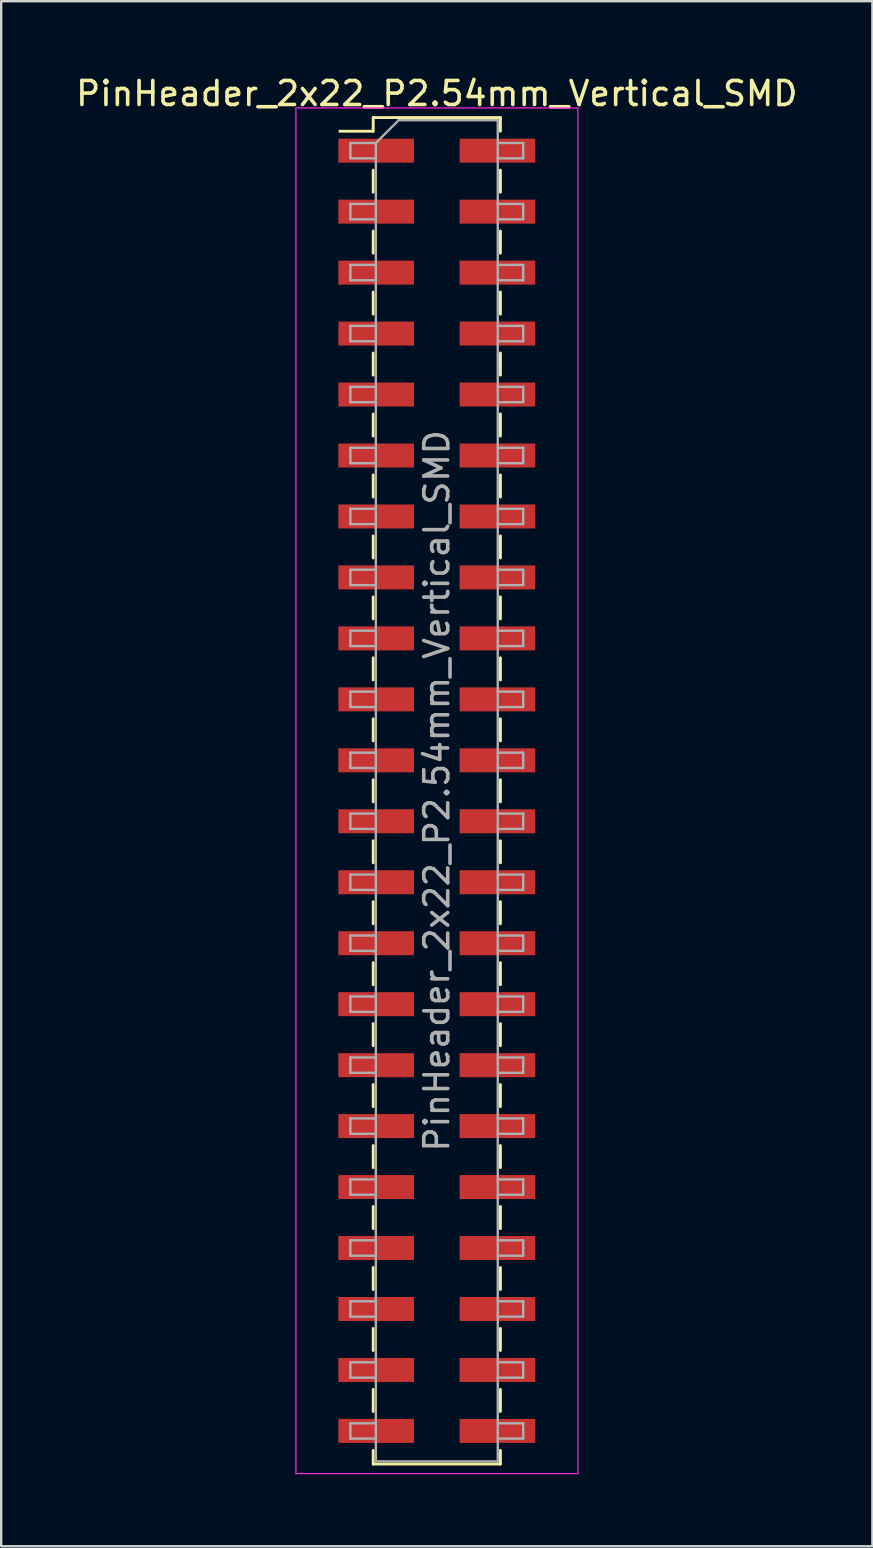
<source format=kicad_pcb>
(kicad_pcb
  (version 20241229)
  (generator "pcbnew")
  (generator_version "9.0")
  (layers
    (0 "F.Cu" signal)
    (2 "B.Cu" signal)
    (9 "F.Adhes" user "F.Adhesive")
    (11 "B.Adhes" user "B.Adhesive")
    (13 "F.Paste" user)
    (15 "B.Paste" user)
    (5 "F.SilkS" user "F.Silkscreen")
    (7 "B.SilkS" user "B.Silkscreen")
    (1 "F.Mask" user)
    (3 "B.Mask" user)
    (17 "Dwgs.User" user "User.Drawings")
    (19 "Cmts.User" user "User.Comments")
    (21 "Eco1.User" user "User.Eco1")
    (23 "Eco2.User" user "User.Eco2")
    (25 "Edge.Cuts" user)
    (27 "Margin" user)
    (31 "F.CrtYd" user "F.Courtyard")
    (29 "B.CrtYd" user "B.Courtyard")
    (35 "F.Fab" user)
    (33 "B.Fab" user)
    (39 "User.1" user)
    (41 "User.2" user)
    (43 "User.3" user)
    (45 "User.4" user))
  (footprint "PinHeader_2x22_P2.54mm_Vertical_SMD"
    (layer "F.Cu")
    (at 15.149 29.898)
    (property "Reference" "PinHeader_2x22_P2.54mm_Vertical_SMD" (at 0 -29.05 0) (layer "F.SilkS") (effects (font (size 1 1) (thickness 0.15))))
    (attr smd)
    (fp_line (start -4.04 -27.48) (end -2.65 -27.48) (stroke (width 0.12) (type solid)) (layer "F.SilkS"))
    (fp_line (start -2.65 -28.05) (end -2.65 -27.48) (stroke (width 0.12) (type solid)) (layer "F.SilkS"))
    (fp_line (start -2.65 -28.05) (end 2.65 -28.05) (stroke (width 0.12) (type solid)) (layer "F.SilkS"))
    (fp_line (start -2.65 -25.86) (end -2.65 -24.94) (stroke (width 0.12) (type solid)) (layer "F.SilkS"))
    (fp_line (start -2.65 -23.32) (end -2.65 -22.4) (stroke (width 0.12) (type solid)) (layer "F.SilkS"))
    (fp_line (start -2.65 -20.78) (end -2.65 -19.86) (stroke (width 0.12) (type solid)) (layer "F.SilkS"))
    (fp_line (start -2.65 -18.24) (end -2.65 -17.32) (stroke (width 0.12) (type solid)) (layer "F.SilkS"))
    (fp_line (start -2.65 -15.7) (end -2.65 -14.78) (stroke (width 0.12) (type solid)) (layer "F.SilkS"))
    (fp_line (start -2.65 -13.16) (end -2.65 -12.24) (stroke (width 0.12) (type solid)) (layer "F.SilkS"))
    (fp_line (start -2.65 -10.62) (end -2.65 -9.7) (stroke (width 0.12) (type solid)) (layer "F.SilkS"))
    (fp_line (start -2.65 -8.08) (end -2.65 -7.16) (stroke (width 0.12) (type solid)) (layer "F.SilkS"))
    (fp_line (start -2.65 -5.54) (end -2.65 -4.62) (stroke (width 0.12) (type solid)) (layer "F.SilkS"))
    (fp_line (start -2.65 -3) (end -2.65 -2.08) (stroke (width 0.12) (type solid)) (layer "F.SilkS"))
    (fp_line (start -2.65 -0.46) (end -2.65 0.46) (stroke (width 0.12) (type solid)) (layer "F.SilkS"))
    (fp_line (start -2.65 2.08) (end -2.65 3) (stroke (width 0.12) (type solid)) (layer "F.SilkS"))
    (fp_line (start -2.65 4.62) (end -2.65 5.54) (stroke (width 0.12) (type solid)) (layer "F.SilkS"))
    (fp_line (start -2.65 7.16) (end -2.65 8.08) (stroke (width 0.12) (type solid)) (layer "F.SilkS"))
    (fp_line (start -2.65 9.7) (end -2.65 10.62) (stroke (width 0.12) (type solid)) (layer "F.SilkS"))
    (fp_line (start -2.65 12.24) (end -2.65 13.16) (stroke (width 0.12) (type solid)) (layer "F.SilkS"))
    (fp_line (start -2.65 14.78) (end -2.65 15.7) (stroke (width 0.12) (type solid)) (layer "F.SilkS"))
    (fp_line (start -2.65 17.32) (end -2.65 18.24) (stroke (width 0.12) (type solid)) (layer "F.SilkS"))
    (fp_line (start -2.65 19.86) (end -2.65 20.78) (stroke (width 0.12) (type solid)) (layer "F.SilkS"))
    (fp_line (start -2.65 22.4) (end -2.65 23.32) (stroke (width 0.12) (type solid)) (layer "F.SilkS"))
    (fp_line (start -2.65 24.94) (end -2.65 25.86) (stroke (width 0.12) (type solid)) (layer "F.SilkS"))
    (fp_line (start -2.65 27.48) (end -2.65 28.05) (stroke (width 0.12) (type solid)) (layer "F.SilkS"))
    (fp_line (start -2.65 28.05) (end 2.65 28.05) (stroke (width 0.12) (type solid)) (layer "F.SilkS"))
    (fp_line (start 2.65 -28.05) (end 2.65 -27.48) (stroke (width 0.12) (type solid)) (layer "F.SilkS"))
    (fp_line (start 2.65 -25.86) (end 2.65 -24.94) (stroke (width 0.12) (type solid)) (layer "F.SilkS"))
    (fp_line (start 2.65 -23.32) (end 2.65 -22.4) (stroke (width 0.12) (type solid)) (layer "F.SilkS"))
    (fp_line (start 2.65 -20.78) (end 2.65 -19.86) (stroke (width 0.12) (type solid)) (layer "F.SilkS"))
    (fp_line (start 2.65 -18.24) (end 2.65 -17.32) (stroke (width 0.12) (type solid)) (layer "F.SilkS"))
    (fp_line (start 2.65 -15.7) (end 2.65 -14.78) (stroke (width 0.12) (type solid)) (layer "F.SilkS"))
    (fp_line (start 2.65 -13.16) (end 2.65 -12.24) (stroke (width 0.12) (type solid)) (layer "F.SilkS"))
    (fp_line (start 2.65 -10.62) (end 2.65 -9.7) (stroke (width 0.12) (type solid)) (layer "F.SilkS"))
    (fp_line (start 2.65 -8.08) (end 2.65 -7.16) (stroke (width 0.12) (type solid)) (layer "F.SilkS"))
    (fp_line (start 2.65 -5.54) (end 2.65 -4.62) (stroke (width 0.12) (type solid)) (layer "F.SilkS"))
    (fp_line (start 2.65 -3) (end 2.65 -2.08) (stroke (width 0.12) (type solid)) (layer "F.SilkS"))
    (fp_line (start 2.65 -0.46) (end 2.65 0.46) (stroke (width 0.12) (type solid)) (layer "F.SilkS"))
    (fp_line (start 2.65 2.08) (end 2.65 3) (stroke (width 0.12) (type solid)) (layer "F.SilkS"))
    (fp_line (start 2.65 4.62) (end 2.65 5.54) (stroke (width 0.12) (type solid)) (layer "F.SilkS"))
    (fp_line (start 2.65 7.16) (end 2.65 8.08) (stroke (width 0.12) (type solid)) (layer "F.SilkS"))
    (fp_line (start 2.65 9.7) (end 2.65 10.62) (stroke (width 0.12) (type solid)) (layer "F.SilkS"))
    (fp_line (start 2.65 12.24) (end 2.65 13.16) (stroke (width 0.12) (type solid)) (layer "F.SilkS"))
    (fp_line (start 2.65 14.78) (end 2.65 15.7) (stroke (width 0.12) (type solid)) (layer "F.SilkS"))
    (fp_line (start 2.65 17.32) (end 2.65 18.24) (stroke (width 0.12) (type solid)) (layer "F.SilkS"))
    (fp_line (start 2.65 19.86) (end 2.65 20.78) (stroke (width 0.12) (type solid)) (layer "F.SilkS"))
    (fp_line (start 2.65 22.4) (end 2.65 23.32) (stroke (width 0.12) (type solid)) (layer "F.SilkS"))
    (fp_line (start 2.65 24.94) (end 2.65 25.86) (stroke (width 0.12) (type solid)) (layer "F.SilkS"))
    (fp_line (start 2.65 27.48) (end 2.65 28.05) (stroke (width 0.12) (type solid)) (layer "F.SilkS"))
    (fp_line (start -5.87 -28.45) (end -5.87 28.45) (stroke (width 0.05) (type solid)) (layer "F.CrtYd"))
    (fp_line (start -5.87 28.45) (end 5.88 28.45) (stroke (width 0.05) (type solid)) (layer "F.CrtYd"))
    (fp_line (start 5.88 -28.45) (end -5.87 -28.45) (stroke (width 0.05) (type solid)) (layer "F.CrtYd"))
    (fp_line (start 5.88 28.45) (end 5.88 -28.45) (stroke (width 0.05) (type solid)) (layer "F.CrtYd"))
    (fp_line (start -3.6 -26.99) (end -3.6 -26.35) (stroke (width 0.1) (type solid)) (layer "F.Fab"))
    (fp_line (start -3.6 -26.35) (end -2.54 -26.35) (stroke (width 0.1) (type solid)) (layer "F.Fab"))
    (fp_line (start -3.6 -24.45) (end -3.6 -23.81) (stroke (width 0.1) (type solid)) (layer "F.Fab"))
    (fp_line (start -3.6 -23.81) (end -2.54 -23.81) (stroke (width 0.1) (type solid)) (layer "F.Fab"))
    (fp_line (start -3.6 -21.91) (end -3.6 -21.27) (stroke (width 0.1) (type solid)) (layer "F.Fab"))
    (fp_line (start -3.6 -21.27) (end -2.54 -21.27) (stroke (width 0.1) (type solid)) (layer "F.Fab"))
    (fp_line (start -3.6 -19.37) (end -3.6 -18.73) (stroke (width 0.1) (type solid)) (layer "F.Fab"))
    (fp_line (start -3.6 -18.73) (end -2.54 -18.73) (stroke (width 0.1) (type solid)) (layer "F.Fab"))
    (fp_line (start -3.6 -16.83) (end -3.6 -16.19) (stroke (width 0.1) (type solid)) (layer "F.Fab"))
    (fp_line (start -3.6 -16.19) (end -2.54 -16.19) (stroke (width 0.1) (type solid)) (layer "F.Fab"))
    (fp_line (start -3.6 -14.29) (end -3.6 -13.65) (stroke (width 0.1) (type solid)) (layer "F.Fab"))
    (fp_line (start -3.6 -13.65) (end -2.54 -13.65) (stroke (width 0.1) (type solid)) (layer "F.Fab"))
    (fp_line (start -3.6 -11.75) (end -3.6 -11.11) (stroke (width 0.1) (type solid)) (layer "F.Fab"))
    (fp_line (start -3.6 -11.11) (end -2.54 -11.11) (stroke (width 0.1) (type solid)) (layer "F.Fab"))
    (fp_line (start -3.6 -9.21) (end -3.6 -8.57) (stroke (width 0.1) (type solid)) (layer "F.Fab"))
    (fp_line (start -3.6 -8.57) (end -2.54 -8.57) (stroke (width 0.1) (type solid)) (layer "F.Fab"))
    (fp_line (start -3.6 -6.67) (end -3.6 -6.03) (stroke (width 0.1) (type solid)) (layer "F.Fab"))
    (fp_line (start -3.6 -6.03) (end -2.54 -6.03) (stroke (width 0.1) (type solid)) (layer "F.Fab"))
    (fp_line (start -3.6 -4.13) (end -3.6 -3.49) (stroke (width 0.1) (type solid)) (layer "F.Fab"))
    (fp_line (start -3.6 -3.49) (end -2.54 -3.49) (stroke (width 0.1) (type solid)) (layer "F.Fab"))
    (fp_line (start -3.6 -1.59) (end -3.6 -0.95) (stroke (width 0.1) (type solid)) (layer "F.Fab"))
    (fp_line (start -3.6 -0.95) (end -2.54 -0.95) (stroke (width 0.1) (type solid)) (layer "F.Fab"))
    (fp_line (start -3.6 0.95) (end -3.6 1.59) (stroke (width 0.1) (type solid)) (layer "F.Fab"))
    (fp_line (start -3.6 1.59) (end -2.54 1.59) (stroke (width 0.1) (type solid)) (layer "F.Fab"))
    (fp_line (start -3.6 3.49) (end -3.6 4.13) (stroke (width 0.1) (type solid)) (layer "F.Fab"))
    (fp_line (start -3.6 4.13) (end -2.54 4.13) (stroke (width 0.1) (type solid)) (layer "F.Fab"))
    (fp_line (start -3.6 6.03) (end -3.6 6.67) (stroke (width 0.1) (type solid)) (layer "F.Fab"))
    (fp_line (start -3.6 6.67) (end -2.54 6.67) (stroke (width 0.1) (type solid)) (layer "F.Fab"))
    (fp_line (start -3.6 8.57) (end -3.6 9.21) (stroke (width 0.1) (type solid)) (layer "F.Fab"))
    (fp_line (start -3.6 9.21) (end -2.54 9.21) (stroke (width 0.1) (type solid)) (layer "F.Fab"))
    (fp_line (start -3.6 11.11) (end -3.6 11.75) (stroke (width 0.1) (type solid)) (layer "F.Fab"))
    (fp_line (start -3.6 11.75) (end -2.54 11.75) (stroke (width 0.1) (type solid)) (layer "F.Fab"))
    (fp_line (start -3.6 13.65) (end -3.6 14.29) (stroke (width 0.1) (type solid)) (layer "F.Fab"))
    (fp_line (start -3.6 14.29) (end -2.54 14.29) (stroke (width 0.1) (type solid)) (layer "F.Fab"))
    (fp_line (start -3.6 16.19) (end -3.6 16.83) (stroke (width 0.1) (type solid)) (layer "F.Fab"))
    (fp_line (start -3.6 16.83) (end -2.54 16.83) (stroke (width 0.1) (type solid)) (layer "F.Fab"))
    (fp_line (start -3.6 18.73) (end -3.6 19.37) (stroke (width 0.1) (type solid)) (layer "F.Fab"))
    (fp_line (start -3.6 19.37) (end -2.54 19.37) (stroke (width 0.1) (type solid)) (layer "F.Fab"))
    (fp_line (start -3.6 21.27) (end -3.6 21.91) (stroke (width 0.1) (type solid)) (layer "F.Fab"))
    (fp_line (start -3.6 21.91) (end -2.54 21.91) (stroke (width 0.1) (type solid)) (layer "F.Fab"))
    (fp_line (start -3.6 23.81) (end -3.6 24.45) (stroke (width 0.1) (type solid)) (layer "F.Fab"))
    (fp_line (start -3.6 24.45) (end -2.54 24.45) (stroke (width 0.1) (type solid)) (layer "F.Fab"))
    (fp_line (start -3.6 26.35) (end -3.6 26.99) (stroke (width 0.1) (type solid)) (layer "F.Fab"))
    (fp_line (start -3.6 26.99) (end -2.54 26.99) (stroke (width 0.1) (type solid)) (layer "F.Fab"))
    (fp_line (start -2.54 -26.99) (end -3.6 -26.99) (stroke (width 0.1) (type solid)) (layer "F.Fab"))
    (fp_line (start -2.54 -26.99) (end -1.59 -27.94) (stroke (width 0.1) (type solid)) (layer "F.Fab"))
    (fp_line (start -2.54 -24.45) (end -3.6 -24.45) (stroke (width 0.1) (type solid)) (layer "F.Fab"))
    (fp_line (start -2.54 -21.91) (end -3.6 -21.91) (stroke (width 0.1) (type solid)) (layer "F.Fab"))
    (fp_line (start -2.54 -19.37) (end -3.6 -19.37) (stroke (width 0.1) (type solid)) (layer "F.Fab"))
    (fp_line (start -2.54 -16.83) (end -3.6 -16.83) (stroke (width 0.1) (type solid)) (layer "F.Fab"))
    (fp_line (start -2.54 -14.29) (end -3.6 -14.29) (stroke (width 0.1) (type solid)) (layer "F.Fab"))
    (fp_line (start -2.54 -11.75) (end -3.6 -11.75) (stroke (width 0.1) (type solid)) (layer "F.Fab"))
    (fp_line (start -2.54 -9.21) (end -3.6 -9.21) (stroke (width 0.1) (type solid)) (layer "F.Fab"))
    (fp_line (start -2.54 -6.67) (end -3.6 -6.67) (stroke (width 0.1) (type solid)) (layer "F.Fab"))
    (fp_line (start -2.54 -4.13) (end -3.6 -4.13) (stroke (width 0.1) (type solid)) (layer "F.Fab"))
    (fp_line (start -2.54 -1.59) (end -3.6 -1.59) (stroke (width 0.1) (type solid)) (layer "F.Fab"))
    (fp_line (start -2.54 0.95) (end -3.6 0.95) (stroke (width 0.1) (type solid)) (layer "F.Fab"))
    (fp_line (start -2.54 3.49) (end -3.6 3.49) (stroke (width 0.1) (type solid)) (layer "F.Fab"))
    (fp_line (start -2.54 6.03) (end -3.6 6.03) (stroke (width 0.1) (type solid)) (layer "F.Fab"))
    (fp_line (start -2.54 8.57) (end -3.6 8.57) (stroke (width 0.1) (type solid)) (layer "F.Fab"))
    (fp_line (start -2.54 11.11) (end -3.6 11.11) (stroke (width 0.1) (type solid)) (layer "F.Fab"))
    (fp_line (start -2.54 13.65) (end -3.6 13.65) (stroke (width 0.1) (type solid)) (layer "F.Fab"))
    (fp_line (start -2.54 16.19) (end -3.6 16.19) (stroke (width 0.1) (type solid)) (layer "F.Fab"))
    (fp_line (start -2.54 18.73) (end -3.6 18.73) (stroke (width 0.1) (type solid)) (layer "F.Fab"))
    (fp_line (start -2.54 21.27) (end -3.6 21.27) (stroke (width 0.1) (type solid)) (layer "F.Fab"))
    (fp_line (start -2.54 23.81) (end -3.6 23.81) (stroke (width 0.1) (type solid)) (layer "F.Fab"))
    (fp_line (start -2.54 26.35) (end -3.6 26.35) (stroke (width 0.1) (type solid)) (layer "F.Fab"))
    (fp_line (start -2.54 27.94) (end -2.54 -26.99) (stroke (width 0.1) (type solid)) (layer "F.Fab"))
    (fp_line (start -1.59 -27.94) (end 2.54 -27.94) (stroke (width 0.1) (type solid)) (layer "F.Fab"))
    (fp_line (start 2.54 -27.94) (end 2.54 27.94) (stroke (width 0.1) (type solid)) (layer "F.Fab"))
    (fp_line (start 2.54 -26.99) (end 3.6 -26.99) (stroke (width 0.1) (type solid)) (layer "F.Fab"))
    (fp_line (start 2.54 -24.45) (end 3.6 -24.45) (stroke (width 0.1) (type solid)) (layer "F.Fab"))
    (fp_line (start 2.54 -21.91) (end 3.6 -21.91) (stroke (width 0.1) (type solid)) (layer "F.Fab"))
    (fp_line (start 2.54 -19.37) (end 3.6 -19.37) (stroke (width 0.1) (type solid)) (layer "F.Fab"))
    (fp_line (start 2.54 -16.83) (end 3.6 -16.83) (stroke (width 0.1) (type solid)) (layer "F.Fab"))
    (fp_line (start 2.54 -14.29) (end 3.6 -14.29) (stroke (width 0.1) (type solid)) (layer "F.Fab"))
    (fp_line (start 2.54 -11.75) (end 3.6 -11.75) (stroke (width 0.1) (type solid)) (layer "F.Fab"))
    (fp_line (start 2.54 -9.21) (end 3.6 -9.21) (stroke (width 0.1) (type solid)) (layer "F.Fab"))
    (fp_line (start 2.54 -6.67) (end 3.6 -6.67) (stroke (width 0.1) (type solid)) (layer "F.Fab"))
    (fp_line (start 2.54 -4.13) (end 3.6 -4.13) (stroke (width 0.1) (type solid)) (layer "F.Fab"))
    (fp_line (start 2.54 -1.59) (end 3.6 -1.59) (stroke (width 0.1) (type solid)) (layer "F.Fab"))
    (fp_line (start 2.54 0.95) (end 3.6 0.95) (stroke (width 0.1) (type solid)) (layer "F.Fab"))
    (fp_line (start 2.54 3.49) (end 3.6 3.49) (stroke (width 0.1) (type solid)) (layer "F.Fab"))
    (fp_line (start 2.54 6.03) (end 3.6 6.03) (stroke (width 0.1) (type solid)) (layer "F.Fab"))
    (fp_line (start 2.54 8.57) (end 3.6 8.57) (stroke (width 0.1) (type solid)) (layer "F.Fab"))
    (fp_line (start 2.54 11.11) (end 3.6 11.11) (stroke (width 0.1) (type solid)) (layer "F.Fab"))
    (fp_line (start 2.54 13.65) (end 3.6 13.65) (stroke (width 0.1) (type solid)) (layer "F.Fab"))
    (fp_line (start 2.54 16.19) (end 3.6 16.19) (stroke (width 0.1) (type solid)) (layer "F.Fab"))
    (fp_line (start 2.54 18.73) (end 3.6 18.73) (stroke (width 0.1) (type solid)) (layer "F.Fab"))
    (fp_line (start 2.54 21.27) (end 3.6 21.27) (stroke (width 0.1) (type solid)) (layer "F.Fab"))
    (fp_line (start 2.54 23.81) (end 3.6 23.81) (stroke (width 0.1) (type solid)) (layer "F.Fab"))
    (fp_line (start 2.54 26.35) (end 3.6 26.35) (stroke (width 0.1) (type solid)) (layer "F.Fab"))
    (fp_line (start 2.54 27.94) (end -2.54 27.94) (stroke (width 0.1) (type solid)) (layer "F.Fab"))
    (fp_line (start 3.6 -26.99) (end 3.6 -26.35) (stroke (width 0.1) (type solid)) (layer "F.Fab"))
    (fp_line (start 3.6 -26.35) (end 2.54 -26.35) (stroke (width 0.1) (type solid)) (layer "F.Fab"))
    (fp_line (start 3.6 -24.45) (end 3.6 -23.81) (stroke (width 0.1) (type solid)) (layer "F.Fab"))
    (fp_line (start 3.6 -23.81) (end 2.54 -23.81) (stroke (width 0.1) (type solid)) (layer "F.Fab"))
    (fp_line (start 3.6 -21.91) (end 3.6 -21.27) (stroke (width 0.1) (type solid)) (layer "F.Fab"))
    (fp_line (start 3.6 -21.27) (end 2.54 -21.27) (stroke (width 0.1) (type solid)) (layer "F.Fab"))
    (fp_line (start 3.6 -19.37) (end 3.6 -18.73) (stroke (width 0.1) (type solid)) (layer "F.Fab"))
    (fp_line (start 3.6 -18.73) (end 2.54 -18.73) (stroke (width 0.1) (type solid)) (layer "F.Fab"))
    (fp_line (start 3.6 -16.83) (end 3.6 -16.19) (stroke (width 0.1) (type solid)) (layer "F.Fab"))
    (fp_line (start 3.6 -16.19) (end 2.54 -16.19) (stroke (width 0.1) (type solid)) (layer "F.Fab"))
    (fp_line (start 3.6 -14.29) (end 3.6 -13.65) (stroke (width 0.1) (type solid)) (layer "F.Fab"))
    (fp_line (start 3.6 -13.65) (end 2.54 -13.65) (stroke (width 0.1) (type solid)) (layer "F.Fab"))
    (fp_line (start 3.6 -11.75) (end 3.6 -11.11) (stroke (width 0.1) (type solid)) (layer "F.Fab"))
    (fp_line (start 3.6 -11.11) (end 2.54 -11.11) (stroke (width 0.1) (type solid)) (layer "F.Fab"))
    (fp_line (start 3.6 -9.21) (end 3.6 -8.57) (stroke (width 0.1) (type solid)) (layer "F.Fab"))
    (fp_line (start 3.6 -8.57) (end 2.54 -8.57) (stroke (width 0.1) (type solid)) (layer "F.Fab"))
    (fp_line (start 3.6 -6.67) (end 3.6 -6.03) (stroke (width 0.1) (type solid)) (layer "F.Fab"))
    (fp_line (start 3.6 -6.03) (end 2.54 -6.03) (stroke (width 0.1) (type solid)) (layer "F.Fab"))
    (fp_line (start 3.6 -4.13) (end 3.6 -3.49) (stroke (width 0.1) (type solid)) (layer "F.Fab"))
    (fp_line (start 3.6 -3.49) (end 2.54 -3.49) (stroke (width 0.1) (type solid)) (layer "F.Fab"))
    (fp_line (start 3.6 -1.59) (end 3.6 -0.95) (stroke (width 0.1) (type solid)) (layer "F.Fab"))
    (fp_line (start 3.6 -0.95) (end 2.54 -0.95) (stroke (width 0.1) (type solid)) (layer "F.Fab"))
    (fp_line (start 3.6 0.95) (end 3.6 1.59) (stroke (width 0.1) (type solid)) (layer "F.Fab"))
    (fp_line (start 3.6 1.59) (end 2.54 1.59) (stroke (width 0.1) (type solid)) (layer "F.Fab"))
    (fp_line (start 3.6 3.49) (end 3.6 4.13) (stroke (width 0.1) (type solid)) (layer "F.Fab"))
    (fp_line (start 3.6 4.13) (end 2.54 4.13) (stroke (width 0.1) (type solid)) (layer "F.Fab"))
    (fp_line (start 3.6 6.03) (end 3.6 6.67) (stroke (width 0.1) (type solid)) (layer "F.Fab"))
    (fp_line (start 3.6 6.67) (end 2.54 6.67) (stroke (width 0.1) (type solid)) (layer "F.Fab"))
    (fp_line (start 3.6 8.57) (end 3.6 9.21) (stroke (width 0.1) (type solid)) (layer "F.Fab"))
    (fp_line (start 3.6 9.21) (end 2.54 9.21) (stroke (width 0.1) (type solid)) (layer "F.Fab"))
    (fp_line (start 3.6 11.11) (end 3.6 11.75) (stroke (width 0.1) (type solid)) (layer "F.Fab"))
    (fp_line (start 3.6 11.75) (end 2.54 11.75) (stroke (width 0.1) (type solid)) (layer "F.Fab"))
    (fp_line (start 3.6 13.65) (end 3.6 14.29) (stroke (width 0.1) (type solid)) (layer "F.Fab"))
    (fp_line (start 3.6 14.29) (end 2.54 14.29) (stroke (width 0.1) (type solid)) (layer "F.Fab"))
    (fp_line (start 3.6 16.19) (end 3.6 16.83) (stroke (width 0.1) (type solid)) (layer "F.Fab"))
    (fp_line (start 3.6 16.83) (end 2.54 16.83) (stroke (width 0.1) (type solid)) (layer "F.Fab"))
    (fp_line (start 3.6 18.73) (end 3.6 19.37) (stroke (width 0.1) (type solid)) (layer "F.Fab"))
    (fp_line (start 3.6 19.37) (end 2.54 19.37) (stroke (width 0.1) (type solid)) (layer "F.Fab"))
    (fp_line (start 3.6 21.27) (end 3.6 21.91) (stroke (width 0.1) (type solid)) (layer "F.Fab"))
    (fp_line (start 3.6 21.91) (end 2.54 21.91) (stroke (width 0.1) (type solid)) (layer "F.Fab"))
    (fp_line (start 3.6 23.81) (end 3.6 24.45) (stroke (width 0.1) (type solid)) (layer "F.Fab"))
    (fp_line (start 3.6 24.45) (end 2.54 24.45) (stroke (width 0.1) (type solid)) (layer "F.Fab"))
    (fp_line (start 3.6 26.35) (end 3.6 26.99) (stroke (width 0.1) (type solid)) (layer "F.Fab"))
    (fp_line (start 3.6 26.99) (end 2.54 26.99) (stroke (width 0.1) (type solid)) (layer "F.Fab"))
    (fp_text user "${REFERENCE}" (at 0 0 90) (layer "F.Fab") (effects (font (size 1 1) (thickness 0.15))))
    (pad "1" smd rect (at -2.525 -26.67) (size 3.15 1) (layers "F.Cu" "F.Mask" "F.Paste"))
    (pad "2" smd rect (at 2.525 -26.67) (size 3.15 1) (layers "F.Cu" "F.Mask" "F.Paste"))
    (pad "3" smd rect (at -2.525 -24.13) (size 3.15 1) (layers "F.Cu" "F.Mask" "F.Paste"))
    (pad "4" smd rect (at 2.525 -24.13) (size 3.15 1) (layers "F.Cu" "F.Mask" "F.Paste"))
    (pad "5" smd rect (at -2.525 -21.59) (size 3.15 1) (layers "F.Cu" "F.Mask" "F.Paste"))
    (pad "6" smd rect (at 2.525 -21.59) (size 3.15 1) (layers "F.Cu" "F.Mask" "F.Paste"))
    (pad "7" smd rect (at -2.525 -19.05) (size 3.15 1) (layers "F.Cu" "F.Mask" "F.Paste"))
    (pad "8" smd rect (at 2.525 -19.05) (size 3.15 1) (layers "F.Cu" "F.Mask" "F.Paste"))
    (pad "9" smd rect (at -2.525 -16.51) (size 3.15 1) (layers "F.Cu" "F.Mask" "F.Paste"))
    (pad "10" smd rect (at 2.525 -16.51) (size 3.15 1) (layers "F.Cu" "F.Mask" "F.Paste"))
    (pad "11" smd rect (at -2.525 -13.97) (size 3.15 1) (layers "F.Cu" "F.Mask" "F.Paste"))
    (pad "12" smd rect (at 2.525 -13.97) (size 3.15 1) (layers "F.Cu" "F.Mask" "F.Paste"))
    (pad "13" smd rect (at -2.525 -11.43) (size 3.15 1) (layers "F.Cu" "F.Mask" "F.Paste"))
    (pad "14" smd rect (at 2.525 -11.43) (size 3.15 1) (layers "F.Cu" "F.Mask" "F.Paste"))
    (pad "15" smd rect (at -2.525 -8.89) (size 3.15 1) (layers "F.Cu" "F.Mask" "F.Paste"))
    (pad "16" smd rect (at 2.525 -8.89) (size 3.15 1) (layers "F.Cu" "F.Mask" "F.Paste"))
    (pad "17" smd rect (at -2.525 -6.35) (size 3.15 1) (layers "F.Cu" "F.Mask" "F.Paste"))
    (pad "18" smd rect (at 2.525 -6.35) (size 3.15 1) (layers "F.Cu" "F.Mask" "F.Paste"))
    (pad "19" smd rect (at -2.525 -3.81) (size 3.15 1) (layers "F.Cu" "F.Mask" "F.Paste"))
    (pad "20" smd rect (at 2.525 -3.81) (size 3.15 1) (layers "F.Cu" "F.Mask" "F.Paste"))
    (pad "21" smd rect (at -2.525 -1.27) (size 3.15 1) (layers "F.Cu" "F.Mask" "F.Paste"))
    (pad "22" smd rect (at 2.525 -1.27) (size 3.15 1) (layers "F.Cu" "F.Mask" "F.Paste"))
    (pad "23" smd rect (at -2.525 1.27) (size 3.15 1) (layers "F.Cu" "F.Mask" "F.Paste"))
    (pad "24" smd rect (at 2.525 1.27) (size 3.15 1) (layers "F.Cu" "F.Mask" "F.Paste"))
    (pad "25" smd rect (at -2.525 3.81) (size 3.15 1) (layers "F.Cu" "F.Mask" "F.Paste"))
    (pad "26" smd rect (at 2.525 3.81) (size 3.15 1) (layers "F.Cu" "F.Mask" "F.Paste"))
    (pad "27" smd rect (at -2.525 6.35) (size 3.15 1) (layers "F.Cu" "F.Mask" "F.Paste"))
    (pad "28" smd rect (at 2.525 6.35) (size 3.15 1) (layers "F.Cu" "F.Mask" "F.Paste"))
    (pad "29" smd rect (at -2.525 8.89) (size 3.15 1) (layers "F.Cu" "F.Mask" "F.Paste"))
    (pad "30" smd rect (at 2.525 8.89) (size 3.15 1) (layers "F.Cu" "F.Mask" "F.Paste"))
    (pad "31" smd rect (at -2.525 11.43) (size 3.15 1) (layers "F.Cu" "F.Mask" "F.Paste"))
    (pad "32" smd rect (at 2.525 11.43) (size 3.15 1) (layers "F.Cu" "F.Mask" "F.Paste"))
    (pad "33" smd rect (at -2.525 13.97) (size 3.15 1) (layers "F.Cu" "F.Mask" "F.Paste"))
    (pad "34" smd rect (at 2.525 13.97) (size 3.15 1) (layers "F.Cu" "F.Mask" "F.Paste"))
    (pad "35" smd rect (at -2.525 16.51) (size 3.15 1) (layers "F.Cu" "F.Mask" "F.Paste"))
    (pad "36" smd rect (at 2.525 16.51) (size 3.15 1) (layers "F.Cu" "F.Mask" "F.Paste"))
    (pad "37" smd rect (at -2.525 19.05) (size 3.15 1) (layers "F.Cu" "F.Mask" "F.Paste"))
    (pad "38" smd rect (at 2.525 19.05) (size 3.15 1) (layers "F.Cu" "F.Mask" "F.Paste"))
    (pad "39" smd rect (at -2.525 21.59) (size 3.15 1) (layers "F.Cu" "F.Mask" "F.Paste"))
    (pad "40" smd rect (at 2.525 21.59) (size 3.15 1) (layers "F.Cu" "F.Mask" "F.Paste"))
    (pad "41" smd rect (at -2.525 24.13) (size 3.15 1) (layers "F.Cu" "F.Mask" "F.Paste"))
    (pad "42" smd rect (at 2.525 24.13) (size 3.15 1) (layers "F.Cu" "F.Mask" "F.Paste"))
    (pad "43" smd rect (at -2.525 26.67) (size 3.15 1) (layers "F.Cu" "F.Mask" "F.Paste"))
    (pad "44" smd rect (at 2.525 26.67) (size 3.15 1) (layers "F.Cu" "F.Mask" "F.Paste")))
  (gr_rect
    (start -3 -3)
    (end 33.298 61.373)
    (stroke (width 0.1) (type default))
    (fill no)
    (layer "Edge.Cuts")))
</source>
